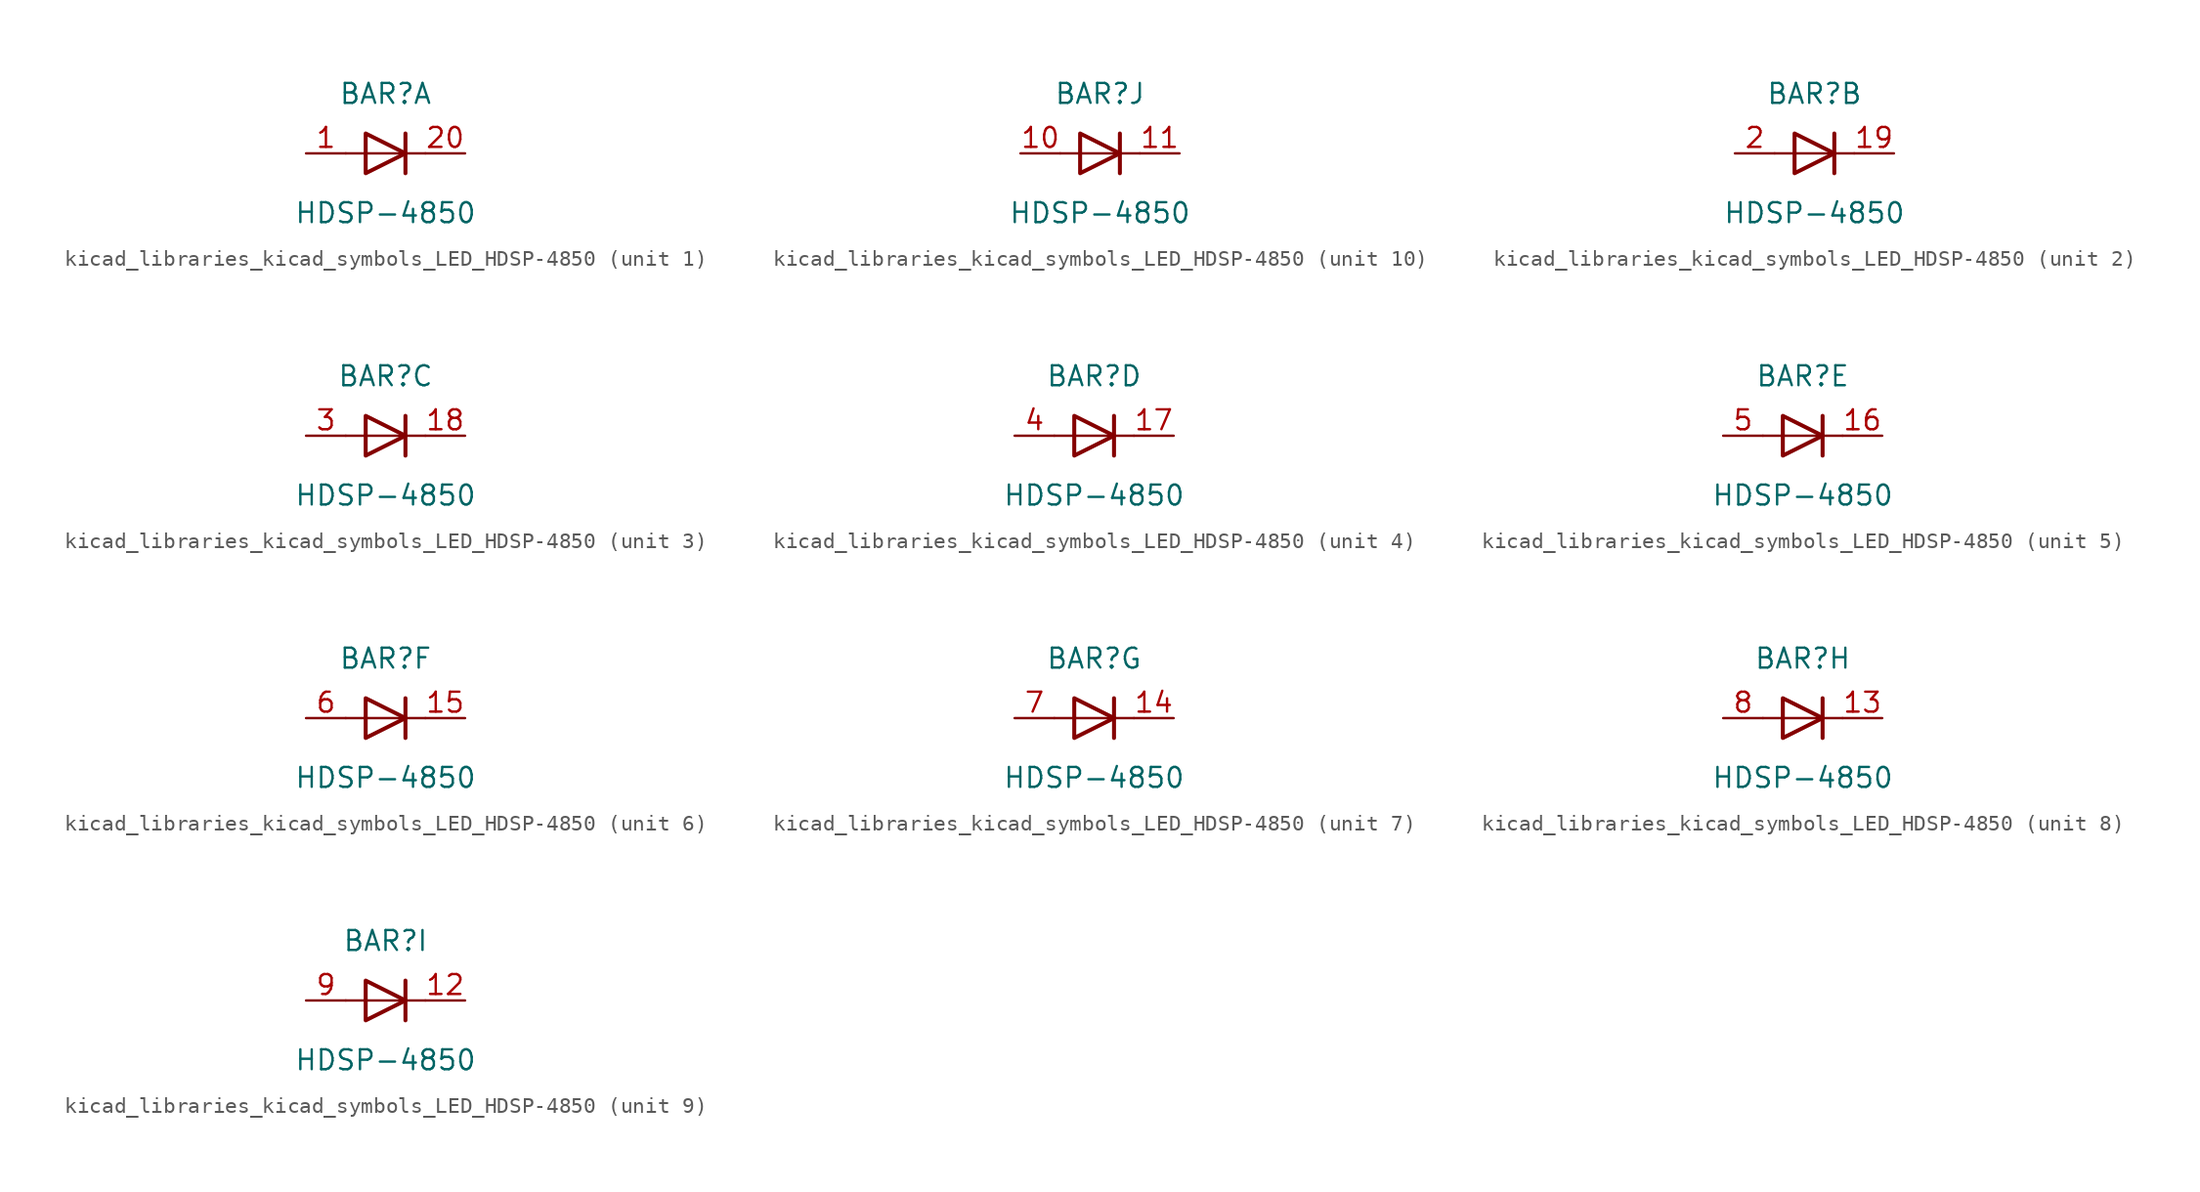
<source format=kicad_sym>
(kicad_symbol_lib
  (version 20220914)
  (generator kicad_symbol_editor)
  (symbol "kicad_libraries_kicad_symbols_LED_HDSP-4850"
    (pin_names
      (offset 1.016) hide)
    (property "Reference" "BAR"
      (at 0 3.81 0)
      (effects (font (size 1.27 1.27))))
    (property "Value" "HDSP-4850"
      (at 0 -3.81 0)
      (effects (font (size 1.27 1.27))))
    (symbol "kicad_libraries_kicad_symbols_LED_HDSP-4850_0_1"
      (polyline (pts (xy -2.54 0) (xy 2.54 0)) (stroke (width 0) (type default)) (fill (type none)))
      (polyline (pts (xy 1.27 -1.27) (xy 1.27 1.27)) (stroke (width 0.254) (type default)) (fill (type none)))
      (polyline (pts (xy -1.27 1.27) (xy -1.27 -1.27) (xy 1.27 0) (xy -1.27 1.27)) (stroke (width 0.254) (type default)) (fill (type none))))
    (symbol "kicad_libraries_kicad_symbols_LED_HDSP-4850_1_1"
      (pin passive line (at -5.08 0 0) (length 2.54) (name "A" (effects (font (size 1.27 1.27)))) (number "1" (effects (font (size 1.27 1.27)))))
      (pin passive line (at 5.08 0 180) (length 2.54) (name "K" (effects (font (size 1.27 1.27)))) (number "20" (effects (font (size 1.27 1.27))))))
    (symbol "kicad_libraries_kicad_symbols_LED_HDSP-4850_2_1"
      (pin passive line (at 5.08 0 180) (length 2.54) (name "K" (effects (font (size 1.27 1.27)))) (number "19" (effects (font (size 1.27 1.27)))))
      (pin passive line (at -5.08 0 0) (length 2.54) (name "A" (effects (font (size 1.27 1.27)))) (number "2" (effects (font (size 1.27 1.27))))))
    (symbol "kicad_libraries_kicad_symbols_LED_HDSP-4850_3_1"
      (pin passive line (at 5.08 0 180) (length 2.54) (name "K" (effects (font (size 1.27 1.27)))) (number "18" (effects (font (size 1.27 1.27)))))
      (pin passive line (at -5.08 0 0) (length 2.54) (name "A" (effects (font (size 1.27 1.27)))) (number "3" (effects (font (size 1.27 1.27))))))
    (symbol "kicad_libraries_kicad_symbols_LED_HDSP-4850_4_1"
      (pin passive line (at 5.08 0 180) (length 2.54) (name "K" (effects (font (size 1.27 1.27)))) (number "17" (effects (font (size 1.27 1.27)))))
      (pin passive line (at -5.08 0 0) (length 2.54) (name "A" (effects (font (size 1.27 1.27)))) (number "4" (effects (font (size 1.27 1.27))))))
    (symbol "kicad_libraries_kicad_symbols_LED_HDSP-4850_5_1"
      (pin passive line (at 5.08 0 180) (length 2.54) (name "K" (effects (font (size 1.27 1.27)))) (number "16" (effects (font (size 1.27 1.27)))))
      (pin passive line (at -5.08 0 0) (length 2.54) (name "A" (effects (font (size 1.27 1.27)))) (number "5" (effects (font (size 1.27 1.27))))))
    (symbol "kicad_libraries_kicad_symbols_LED_HDSP-4850_6_1"
      (pin passive line (at 5.08 0 180) (length 2.54) (name "K" (effects (font (size 1.27 1.27)))) (number "15" (effects (font (size 1.27 1.27)))))
      (pin passive line (at -5.08 0 0) (length 2.54) (name "A" (effects (font (size 1.27 1.27)))) (number "6" (effects (font (size 1.27 1.27))))))
    (symbol "kicad_libraries_kicad_symbols_LED_HDSP-4850_7_1"
      (pin passive line (at 5.08 0 180) (length 2.54) (name "K" (effects (font (size 1.27 1.27)))) (number "14" (effects (font (size 1.27 1.27)))))
      (pin passive line (at -5.08 0 0) (length 2.54) (name "A" (effects (font (size 1.27 1.27)))) (number "7" (effects (font (size 1.27 1.27))))))
    (symbol "kicad_libraries_kicad_symbols_LED_HDSP-4850_8_1"
      (pin passive line (at 5.08 0 180) (length 2.54) (name "K" (effects (font (size 1.27 1.27)))) (number "13" (effects (font (size 1.27 1.27)))))
      (pin passive line (at -5.08 0 0) (length 2.54) (name "A" (effects (font (size 1.27 1.27)))) (number "8" (effects (font (size 1.27 1.27))))))
    (symbol "kicad_libraries_kicad_symbols_LED_HDSP-4850_9_1"
      (pin passive line (at 5.08 0 180) (length 2.54) (name "K" (effects (font (size 1.27 1.27)))) (number "12" (effects (font (size 1.27 1.27)))))
      (pin passive line (at -5.08 0 0) (length 2.54) (name "A" (effects (font (size 1.27 1.27)))) (number "9" (effects (font (size 1.27 1.27))))))
    (symbol "kicad_libraries_kicad_symbols_LED_HDSP-4850_10_1"
      (pin passive line (at -5.08 0 0) (length 2.54) (name "A" (effects (font (size 1.27 1.27)))) (number "10" (effects (font (size 1.27 1.27)))))
      (pin passive line (at 5.08 0 180) (length 2.54) (name "K" (effects (font (size 1.27 1.27)))) (number "11" (effects (font (size 1.27 1.27))))))))
</source>
